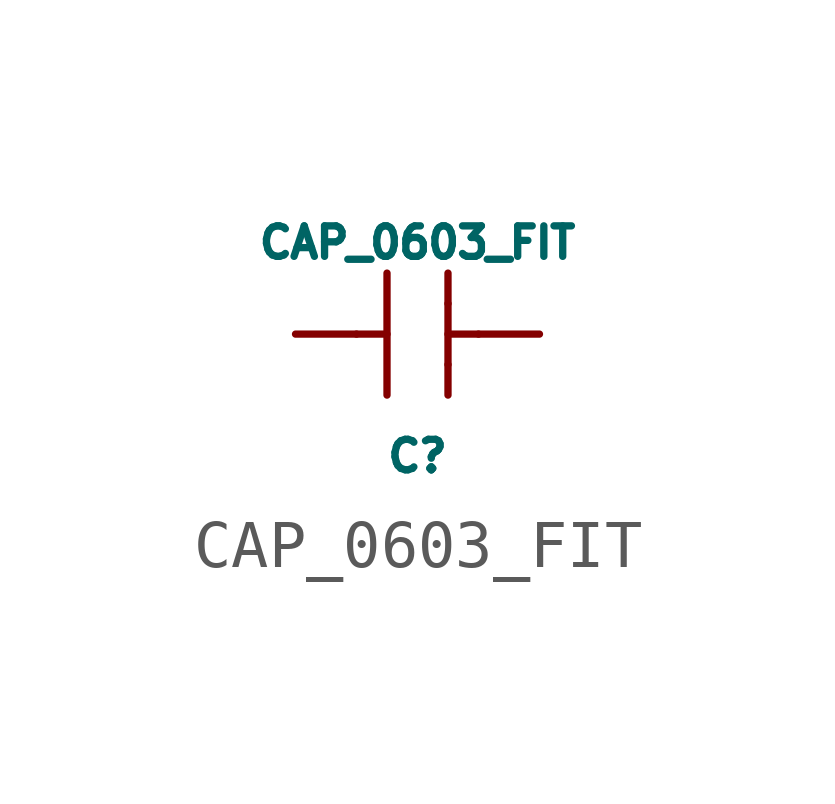
<source format=kicad_sym>
(kicad_symbol_lib
  (version 20241209)
  (generator "kicad_symbol_editor")
  (generator_version "9.0")
  (symbol "CAP_0603_FIT"
    (pin_numbers
      (hide yes))
    (pin_names
      (offset 0)
      (hide yes))
    (property "Reference" "C"
      (at 0 -2.54 0)
      (effects (font (size 0.635 0.635))))
    (property "Value" "CAP_0603_FIT"
      (at 0 1.905 0)
      (effects (font (size 0.635 0.635))))
    (property "Datasheet" ""
      (at 0 0 0)
      (effects (font (size 1.524 1.524))))
    (symbol "CAP_0603_FIT_0_1"
      (polyline (pts (xy -1.27 0) (xy -0.635 0)) (stroke (width 0) (type default)) (fill (type none)))
      (polyline (pts (xy -0.635 -1.27) (xy -0.635 1.27)) (stroke (width 0) (type default)) (fill (type none)))
      (polyline (pts (xy 0.635 1.27) (xy 0.635 0.635)) (stroke (width 0) (type default)) (fill (type none)))
      (polyline (pts (xy 0.635 0.635) (xy 0.635 -0.635)) (stroke (width 0) (type default)) (fill (type none)))
      (polyline (pts (xy 0.635 -1.27) (xy 0.635 -0.635)) (stroke (width 0) (type default)) (fill (type none)))
      (polyline (pts (xy 1.27 0) (xy 0.635 0)) (stroke (width 0) (type default)) (fill (type none))))
    (symbol "CAP_0603_FIT_1_1"
      (pin passive line (at -2.54 0 0) (length 1.27) (name "~" (effects (font (size 0.635 0.635)))) (number "1" (effects (font (size 0.635 0.635)))))
      (pin passive line (at 2.54 0 180) (length 1.27) (name "~" (effects (font (size 0.635 0.635)))) (number "2" (effects (font (size 0.635 0.635))))))))
</source>
